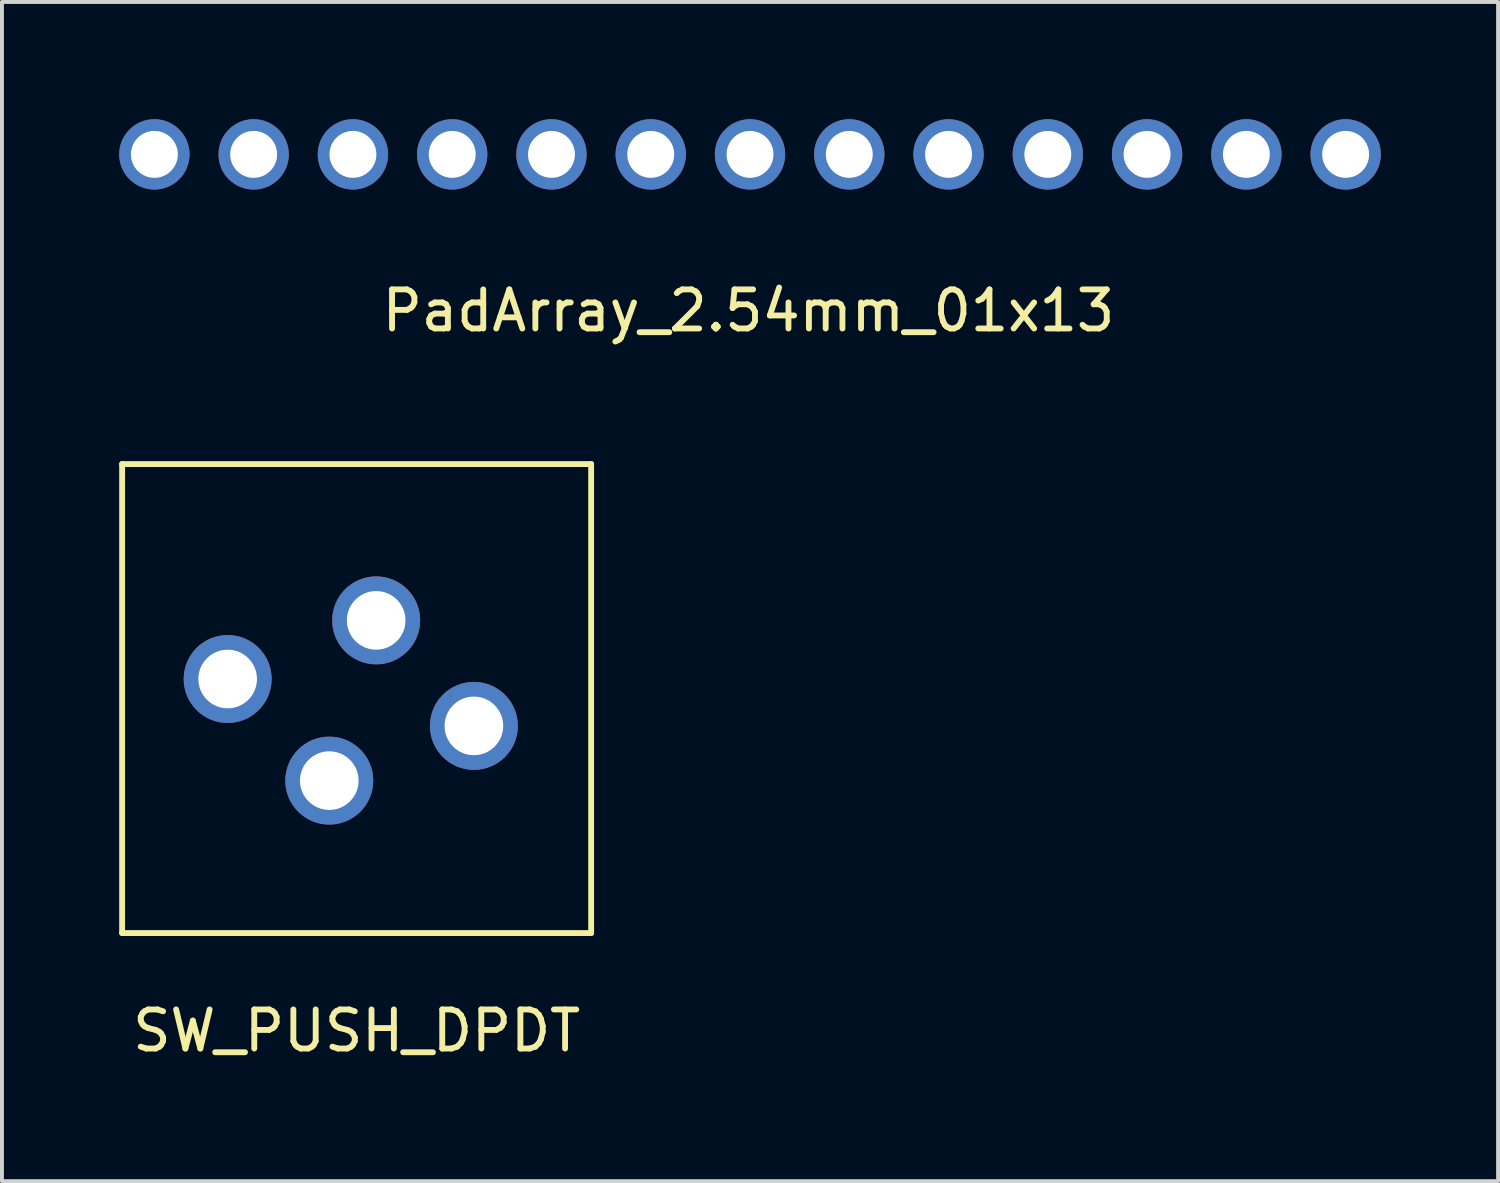
<source format=kicad_pcb>
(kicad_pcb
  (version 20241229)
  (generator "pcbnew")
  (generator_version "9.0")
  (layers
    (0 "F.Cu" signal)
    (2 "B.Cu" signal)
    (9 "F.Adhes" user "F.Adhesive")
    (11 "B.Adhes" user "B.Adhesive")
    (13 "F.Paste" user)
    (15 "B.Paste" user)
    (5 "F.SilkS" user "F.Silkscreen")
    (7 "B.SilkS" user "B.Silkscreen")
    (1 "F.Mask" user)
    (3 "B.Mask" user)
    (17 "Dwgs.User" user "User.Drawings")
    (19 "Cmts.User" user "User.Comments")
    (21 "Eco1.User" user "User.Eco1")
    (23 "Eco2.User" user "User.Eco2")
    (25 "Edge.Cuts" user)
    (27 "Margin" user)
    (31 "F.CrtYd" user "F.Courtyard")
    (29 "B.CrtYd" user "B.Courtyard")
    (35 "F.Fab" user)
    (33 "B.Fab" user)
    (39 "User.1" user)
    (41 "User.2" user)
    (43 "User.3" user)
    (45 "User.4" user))
  (footprint "SW_PUSH_DPDT"
    (layer "F.Cu")
    (at 6.075 22.823)
    (property "Reference" "SW_PUSH_DPDT" (at 0 0.5 0) (layer "F.SilkS") (effects (font (size 1 1) (thickness 0.15))))
    (attr through_hole)
    (fp_line (start -6 -14) (end 6 -14) (stroke (width 0.15) (type solid)) (layer "F.SilkS"))
    (fp_line (start -6 -2) (end -6 -14) (stroke (width 0.15) (type solid)) (layer "F.SilkS"))
    (fp_line (start 6 -14) (end 6 -2) (stroke (width 0.15) (type solid)) (layer "F.SilkS"))
    (fp_line (start 6 -2) (end -6 -2) (stroke (width 0.15) (type solid)) (layer "F.SilkS"))
    (pad "1" thru_hole circle (at 0.5 -10) (size 2.25 2.25) (drill 1.5) (layers "*.Cu" "*.Mask"))
    (pad "2" thru_hole circle (at -3.3 -8.5) (size 2.25 2.25) (drill 1.5) (layers "*.Cu" "*.Mask"))
    (pad "3" thru_hole circle (at -0.7 -5.9) (size 2.25 2.25) (drill 1.5) (layers "*.Cu" "*.Mask"))
    (pad "4" thru_hole circle (at 3 -7.3) (size 2.25 2.25) (drill 1.5) (layers "*.Cu" "*.Mask")))
  (footprint "PadArray_2.54mm_01x13"
    (layer "F.Cu")
    (at 16.1 4.4)
    (property "Reference" "PadArray_2.54mm_01x13" (at 0 0.5 0) (layer "F.SilkS") (effects (font (size 1 1) (thickness 0.15))))
    (attr through_hole)
    (pad "1" thru_hole circle (at -15.2 -3.5) (size 1.8 1.8) (drill 1.2) (layers "*.Cu" "*.Mask"))
    (pad "2" thru_hole circle (at -12.66 -3.5) (size 1.8 1.8) (drill 1.2) (layers "*.Cu" "*.Mask"))
    (pad "3" thru_hole circle (at -10.12 -3.5) (size 1.8 1.8) (drill 1.2) (layers "*.Cu" "*.Mask"))
    (pad "4" thru_hole circle (at -7.58 -3.5) (size 1.8 1.8) (drill 1.2) (layers "*.Cu" "*.Mask"))
    (pad "5" thru_hole circle (at -5.04 -3.5) (size 1.8 1.8) (drill 1.2) (layers "*.Cu" "*.Mask"))
    (pad "6" thru_hole circle (at -2.5 -3.5) (size 1.8 1.8) (drill 1.2) (layers "*.Cu" "*.Mask"))
    (pad "7" thru_hole circle (at 0.04 -3.5) (size 1.8 1.8) (drill 1.2) (layers "*.Cu" "*.Mask"))
    (pad "8" thru_hole circle (at 2.58 -3.5) (size 1.8 1.8) (drill 1.2) (layers "*.Cu" "*.Mask"))
    (pad "9" thru_hole circle (at 5.12 -3.5) (size 1.8 1.8) (drill 1.2) (layers "*.Cu" "*.Mask"))
    (pad "10" thru_hole circle (at 7.66 -3.5) (size 1.8 1.8) (drill 1.2) (layers "*.Cu" "*.Mask"))
    (pad "11" thru_hole circle (at 10.2 -3.5) (size 1.8 1.8) (drill 1.2) (layers "*.Cu" "*.Mask"))
    (pad "12" thru_hole circle (at 12.74 -3.5) (size 1.8 1.8) (drill 1.2) (layers "*.Cu" "*.Mask"))
    (pad "13" thru_hole circle (at 15.28 -3.5) (size 1.8 1.8) (drill 1.2) (layers "*.Cu" "*.Mask")))
  (gr_rect
    (start -3 -3)
    (end 35.28 27.172)
    (stroke (width 0.1) (type default))
    (fill no)
    (layer "Edge.Cuts")))
</source>
